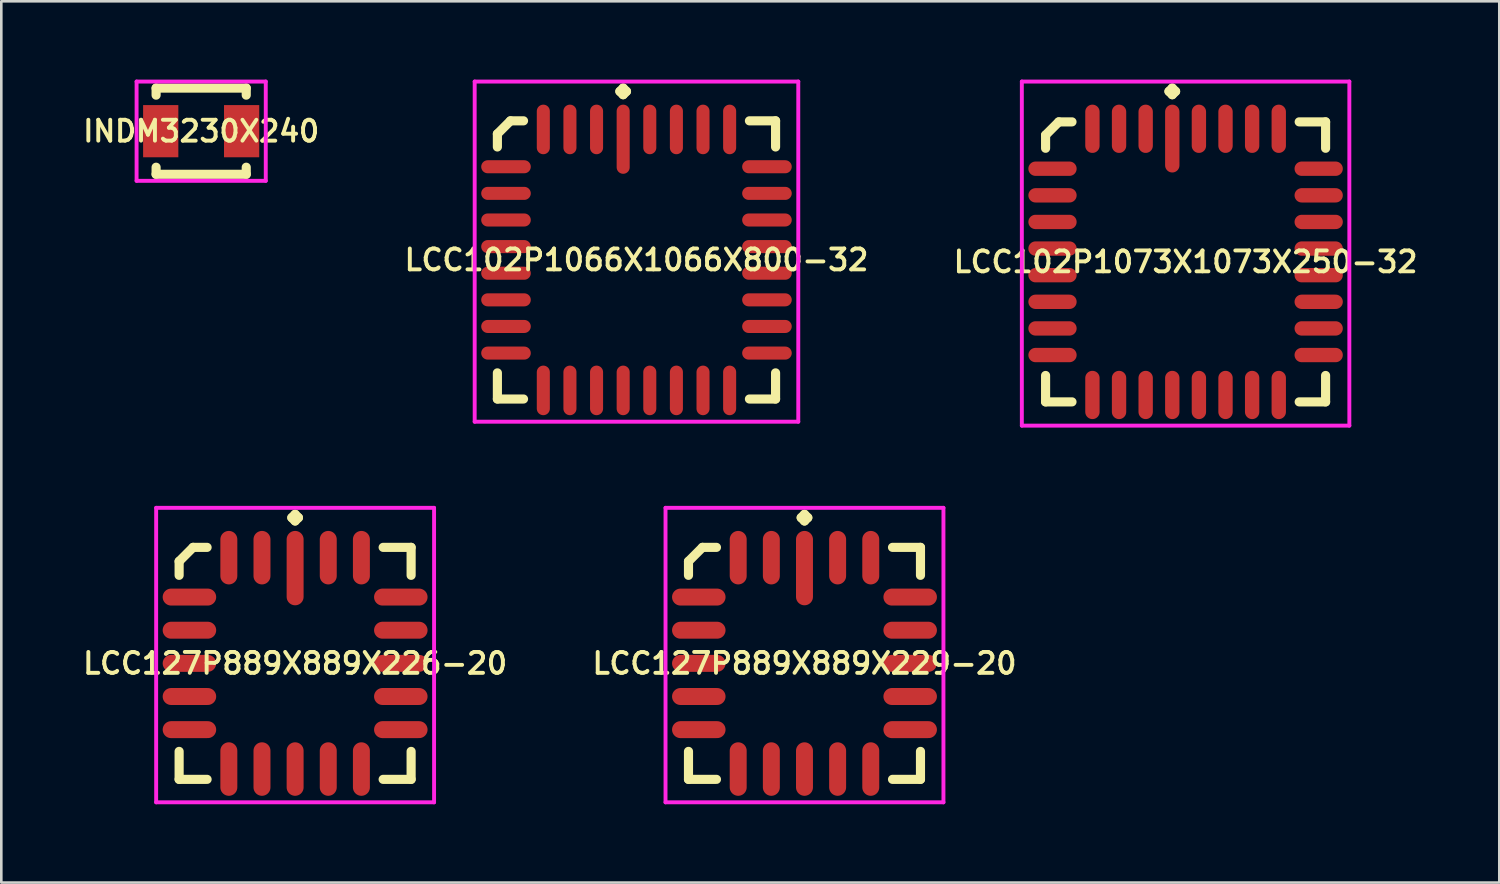
<source format=kicad_pcb>
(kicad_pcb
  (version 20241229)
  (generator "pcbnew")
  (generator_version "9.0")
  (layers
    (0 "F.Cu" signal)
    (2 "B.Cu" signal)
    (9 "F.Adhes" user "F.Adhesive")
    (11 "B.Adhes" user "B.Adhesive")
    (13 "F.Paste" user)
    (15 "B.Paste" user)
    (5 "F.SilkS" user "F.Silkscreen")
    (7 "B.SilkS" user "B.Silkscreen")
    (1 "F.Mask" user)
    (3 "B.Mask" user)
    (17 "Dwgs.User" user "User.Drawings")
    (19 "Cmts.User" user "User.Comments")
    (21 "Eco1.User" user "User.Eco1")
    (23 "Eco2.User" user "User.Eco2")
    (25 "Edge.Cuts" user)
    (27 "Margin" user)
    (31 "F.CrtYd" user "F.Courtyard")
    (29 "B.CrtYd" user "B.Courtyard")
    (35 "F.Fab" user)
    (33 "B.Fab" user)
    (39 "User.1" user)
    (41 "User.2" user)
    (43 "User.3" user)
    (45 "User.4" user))
  (footprint "LCC102P1066X1066X800-32"
    (layer "F.Cu")
    (at 21.34 6.91)
    (property "Reference" "LCC102P1066X1066X800-32" (at 0 0 0) (layer "F.SilkS") (effects (font (size 0.8 0.8) (thickness 0.15))))
    (attr smd)
    (fp_line (start -5.33 -4.829) (end -4.829 -5.33) (stroke (width 0.35) (type solid)) (layer "F.SilkS"))
    (fp_line (start -5.33 -4.328) (end -5.33 -4.829) (stroke (width 0.35) (type solid)) (layer "F.SilkS"))
    (fp_line (start -5.33 4.328) (end -5.33 5.33) (stroke (width 0.35) (type solid)) (layer "F.SilkS"))
    (fp_line (start -5.33 5.33) (end -4.328 5.33) (stroke (width 0.35) (type solid)) (layer "F.SilkS"))
    (fp_line (start -4.829 -5.33) (end -4.328 -5.33) (stroke (width 0.35) (type solid)) (layer "F.SilkS"))
    (fp_line (start -0.637 -6.458) (end -0.51 -6.585) (stroke (width 0.35) (type solid)) (layer "F.SilkS"))
    (fp_line (start -0.51 -6.585) (end -0.383 -6.458) (stroke (width 0.35) (type solid)) (layer "F.SilkS"))
    (fp_line (start -0.51 -6.331) (end -0.637 -6.458) (stroke (width 0.35) (type solid)) (layer "F.SilkS"))
    (fp_line (start -0.383 -6.458) (end -0.51 -6.331) (stroke (width 0.35) (type solid)) (layer "F.SilkS"))
    (fp_line (start 5.33 -5.33) (end 4.328 -5.33) (stroke (width 0.35) (type solid)) (layer "F.SilkS"))
    (fp_line (start 5.33 -4.328) (end 5.33 -5.33) (stroke (width 0.35) (type solid)) (layer "F.SilkS"))
    (fp_line (start 5.33 4.328) (end 5.33 5.33) (stroke (width 0.35) (type solid)) (layer "F.SilkS"))
    (fp_line (start 5.33 5.33) (end 4.328 5.33) (stroke (width 0.35) (type solid)) (layer "F.SilkS"))
    (fp_line (start -6.2 -6.835) (end 6.2 -6.835) (stroke (width 0.15) (type solid)) (layer "F.CrtYd"))
    (fp_line (start -6.2 6.2) (end -6.2 -6.835) (stroke (width 0.15) (type solid)) (layer "F.CrtYd"))
    (fp_line (start 6.2 -6.835) (end 6.2 6.2) (stroke (width 0.15) (type solid)) (layer "F.CrtYd"))
    (fp_line (start 6.2 6.2) (end -6.2 6.2) (stroke (width 0.15) (type solid)) (layer "F.CrtYd"))
    (pad "1" smd oval (at -0.51 -4.625) (size 0.5 2.65) (layers "F.Cu" "F.Mask" "F.Paste"))
    (pad "2" smd oval (at -1.53 -5) (size 0.5 1.9) (layers "F.Cu" "F.Mask" "F.Paste"))
    (pad "3" smd oval (at -2.55 -5) (size 0.5 1.9) (layers "F.Cu" "F.Mask" "F.Paste"))
    (pad "4" smd oval (at -3.57 -5) (size 0.5 1.9) (layers "F.Cu" "F.Mask" "F.Paste"))
    (pad "5" smd oval (at -5 -3.57) (size 1.9 0.5) (layers "F.Cu" "F.Mask" "F.Paste"))
    (pad "6" smd oval (at -5 -2.55) (size 1.9 0.5) (layers "F.Cu" "F.Mask" "F.Paste"))
    (pad "7" smd oval (at -5 -1.53) (size 1.9 0.5) (layers "F.Cu" "F.Mask" "F.Paste"))
    (pad "8" smd oval (at -5 -0.51) (size 1.9 0.5) (layers "F.Cu" "F.Mask" "F.Paste"))
    (pad "9" smd oval (at -5 0.51) (size 1.9 0.5) (layers "F.Cu" "F.Mask" "F.Paste"))
    (pad "10" smd oval (at -5 1.53) (size 1.9 0.5) (layers "F.Cu" "F.Mask" "F.Paste"))
    (pad "11" smd oval (at -5 2.55) (size 1.9 0.5) (layers "F.Cu" "F.Mask" "F.Paste"))
    (pad "12" smd oval (at -5 3.57) (size 1.9 0.5) (layers "F.Cu" "F.Mask" "F.Paste"))
    (pad "13" smd oval (at -3.57 5) (size 0.5 1.9) (layers "F.Cu" "F.Mask" "F.Paste"))
    (pad "14" smd oval (at -2.55 5) (size 0.5 1.9) (layers "F.Cu" "F.Mask" "F.Paste"))
    (pad "15" smd oval (at -1.53 5) (size 0.5 1.9) (layers "F.Cu" "F.Mask" "F.Paste"))
    (pad "16" smd oval (at -0.51 5) (size 0.5 1.9) (layers "F.Cu" "F.Mask" "F.Paste"))
    (pad "17" smd oval (at 0.51 5) (size 0.5 1.9) (layers "F.Cu" "F.Mask" "F.Paste"))
    (pad "18" smd oval (at 1.53 5) (size 0.5 1.9) (layers "F.Cu" "F.Mask" "F.Paste"))
    (pad "19" smd oval (at 2.55 5) (size 0.5 1.9) (layers "F.Cu" "F.Mask" "F.Paste"))
    (pad "20" smd oval (at 3.57 5) (size 0.5 1.9) (layers "F.Cu" "F.Mask" "F.Paste"))
    (pad "21" smd oval (at 5 3.57) (size 1.9 0.5) (layers "F.Cu" "F.Mask" "F.Paste"))
    (pad "22" smd oval (at 5 2.55) (size 1.9 0.5) (layers "F.Cu" "F.Mask" "F.Paste"))
    (pad "23" smd oval (at 5 1.53) (size 1.9 0.5) (layers "F.Cu" "F.Mask" "F.Paste"))
    (pad "24" smd oval (at 5 0.51) (size 1.9 0.5) (layers "F.Cu" "F.Mask" "F.Paste"))
    (pad "25" smd oval (at 5 -0.51) (size 1.9 0.5) (layers "F.Cu" "F.Mask" "F.Paste"))
    (pad "26" smd oval (at 5 -1.53) (size 1.9 0.5) (layers "F.Cu" "F.Mask" "F.Paste"))
    (pad "27" smd oval (at 5 -2.55) (size 1.9 0.5) (layers "F.Cu" "F.Mask" "F.Paste"))
    (pad "28" smd oval (at 5 -3.57) (size 1.9 0.5) (layers "F.Cu" "F.Mask" "F.Paste"))
    (pad "29" smd oval (at 3.57 -5) (size 0.5 1.9) (layers "F.Cu" "F.Mask" "F.Paste"))
    (pad "30" smd oval (at 2.55 -5) (size 0.5 1.9) (layers "F.Cu" "F.Mask" "F.Paste"))
    (pad "31" smd oval (at 1.53 -5) (size 0.5 1.9) (layers "F.Cu" "F.Mask" "F.Paste"))
    (pad "32" smd oval (at 0.51 -5) (size 0.5 1.9) (layers "F.Cu" "F.Mask" "F.Paste")))
  (footprint "LCC127P889X889X229-20"
    (layer "F.Cu")
    (at 27.778 22.37)
    (property "Reference" "LCC127P889X889X229-20" (at 0 0 0) (layer "F.SilkS") (effects (font (size 0.8 0.8) (thickness 0.15))))
    (attr smd)
    (fp_line (start -4.445 -3.909) (end -3.909 -4.445) (stroke (width 0.35) (type solid)) (layer "F.SilkS"))
    (fp_line (start -4.445 -3.373) (end -4.445 -3.909) (stroke (width 0.35) (type solid)) (layer "F.SilkS"))
    (fp_line (start -4.445 3.373) (end -4.445 4.445) (stroke (width 0.35) (type solid)) (layer "F.SilkS"))
    (fp_line (start -4.445 4.445) (end -3.373 4.445) (stroke (width 0.35) (type solid)) (layer "F.SilkS"))
    (fp_line (start -3.909 -4.445) (end -3.373 -4.445) (stroke (width 0.35) (type solid)) (layer "F.SilkS"))
    (fp_line (start -0.127 -5.583) (end 0 -5.71) (stroke (width 0.35) (type solid)) (layer "F.SilkS"))
    (fp_line (start 0 -5.71) (end 0.127 -5.583) (stroke (width 0.35) (type solid)) (layer "F.SilkS"))
    (fp_line (start 0 -5.456) (end -0.127 -5.583) (stroke (width 0.35) (type solid)) (layer "F.SilkS"))
    (fp_line (start 0.127 -5.583) (end 0 -5.456) (stroke (width 0.35) (type solid)) (layer "F.SilkS"))
    (fp_line (start 4.445 -4.445) (end 3.373 -4.445) (stroke (width 0.35) (type solid)) (layer "F.SilkS"))
    (fp_line (start 4.445 -3.373) (end 4.445 -4.445) (stroke (width 0.35) (type solid)) (layer "F.SilkS"))
    (fp_line (start 4.445 3.373) (end 4.445 4.445) (stroke (width 0.35) (type solid)) (layer "F.SilkS"))
    (fp_line (start 4.445 4.445) (end 3.373 4.445) (stroke (width 0.35) (type solid)) (layer "F.SilkS"))
    (fp_line (start -5.325 -5.96) (end 5.325 -5.96) (stroke (width 0.15) (type solid)) (layer "F.CrtYd"))
    (fp_line (start -5.325 5.325) (end -5.325 -5.96) (stroke (width 0.15) (type solid)) (layer "F.CrtYd"))
    (fp_line (start 5.325 -5.96) (end 5.325 5.325) (stroke (width 0.15) (type solid)) (layer "F.CrtYd"))
    (fp_line (start 5.325 5.325) (end -5.325 5.325) (stroke (width 0.15) (type solid)) (layer "F.CrtYd"))
    (pad "1" smd oval (at 0 -3.65) (size 0.65 2.85) (layers "F.Cu" "F.Mask" "F.Paste"))
    (pad "2" smd oval (at -1.27 -4.05) (size 0.65 2.05) (layers "F.Cu" "F.Mask" "F.Paste"))
    (pad "3" smd oval (at -2.54 -4.05) (size 0.65 2.05) (layers "F.Cu" "F.Mask" "F.Paste"))
    (pad "4" smd oval (at -4.05 -2.54) (size 2.05 0.65) (layers "F.Cu" "F.Mask" "F.Paste"))
    (pad "5" smd oval (at -4.05 -1.27) (size 2.05 0.65) (layers "F.Cu" "F.Mask" "F.Paste"))
    (pad "6" smd oval (at -4.05 0) (size 2.05 0.65) (layers "F.Cu" "F.Mask" "F.Paste"))
    (pad "7" smd oval (at -4.05 1.27) (size 2.05 0.65) (layers "F.Cu" "F.Mask" "F.Paste"))
    (pad "8" smd oval (at -4.05 2.54) (size 2.05 0.65) (layers "F.Cu" "F.Mask" "F.Paste"))
    (pad "9" smd oval (at -2.54 4.05) (size 0.65 2.05) (layers "F.Cu" "F.Mask" "F.Paste"))
    (pad "10" smd oval (at -1.27 4.05) (size 0.65 2.05) (layers "F.Cu" "F.Mask" "F.Paste"))
    (pad "11" smd oval (at 0 4.05) (size 0.65 2.05) (layers "F.Cu" "F.Mask" "F.Paste"))
    (pad "12" smd oval (at 1.27 4.05) (size 0.65 2.05) (layers "F.Cu" "F.Mask" "F.Paste"))
    (pad "13" smd oval (at 2.54 4.05) (size 0.65 2.05) (layers "F.Cu" "F.Mask" "F.Paste"))
    (pad "14" smd oval (at 4.05 2.54) (size 2.05 0.65) (layers "F.Cu" "F.Mask" "F.Paste"))
    (pad "15" smd oval (at 4.05 1.27) (size 2.05 0.65) (layers "F.Cu" "F.Mask" "F.Paste"))
    (pad "16" smd oval (at 4.05 0) (size 2.05 0.65) (layers "F.Cu" "F.Mask" "F.Paste"))
    (pad "17" smd oval (at 4.05 -1.27) (size 2.05 0.65) (layers "F.Cu" "F.Mask" "F.Paste"))
    (pad "18" smd oval (at 4.05 -2.54) (size 2.05 0.65) (layers "F.Cu" "F.Mask" "F.Paste"))
    (pad "19" smd oval (at 2.54 -4.05) (size 0.65 2.05) (layers "F.Cu" "F.Mask" "F.Paste"))
    (pad "20" smd oval (at 1.27 -4.05) (size 0.65 2.05) (layers "F.Cu" "F.Mask" "F.Paste")))
  (footprint "INDM3230X240"
    (layer "F.Cu")
    (at 4.659 1.977)
    (property "Reference" "INDM3230X240" (at 0 0 0) (layer "F.SilkS") (effects (font (size 0.8 0.8) (thickness 0.15))))
    (attr smd)
    (fp_line (start -1.727 -1.652) (end 1.727 -1.652) (stroke (width 0.35) (type solid)) (layer "F.SilkS"))
    (fp_line (start -1.727 -1.381) (end -1.727 -1.652) (stroke (width 0.35) (type solid)) (layer "F.SilkS"))
    (fp_line (start -1.727 1.381) (end -1.727 1.652) (stroke (width 0.35) (type solid)) (layer "F.SilkS"))
    (fp_line (start -1.727 1.652) (end 1.727 1.652) (stroke (width 0.35) (type solid)) (layer "F.SilkS"))
    (fp_line (start 1.727 -1.652) (end 1.727 -1.381) (stroke (width 0.35) (type solid)) (layer "F.SilkS"))
    (fp_line (start 1.727 1.652) (end 1.727 1.381) (stroke (width 0.35) (type solid)) (layer "F.SilkS"))
    (fp_line (start -2.475 -1.902) (end 2.475 -1.902) (stroke (width 0.15) (type solid)) (layer "F.CrtYd"))
    (fp_line (start -2.475 1.902) (end -2.475 -1.902) (stroke (width 0.15) (type solid)) (layer "F.CrtYd"))
    (fp_line (start 2.475 -1.902) (end 2.475 1.902) (stroke (width 0.15) (type solid)) (layer "F.CrtYd"))
    (fp_line (start 2.475 1.902) (end -2.475 1.902) (stroke (width 0.15) (type solid)) (layer "F.CrtYd"))
    (pad "1" smd rect (at -1.55 0) (size 1.35 2) (layers "F.Cu" "F.Mask" "F.Paste"))
    (pad "2" smd rect (at 1.55 0) (size 1.35 2) (layers "F.Cu" "F.Mask" "F.Paste")))
  (footprint "LCC127P889X889X226-20"
    (layer "F.Cu")
    (at 8.259 22.37)
    (property "Reference" "LCC127P889X889X226-20" (at 0 0 0) (layer "F.SilkS") (effects (font (size 0.8 0.8) (thickness 0.15))))
    (attr smd)
    (fp_line (start -4.445 -3.909) (end -3.909 -4.445) (stroke (width 0.35) (type solid)) (layer "F.SilkS"))
    (fp_line (start -4.445 -3.373) (end -4.445 -3.909) (stroke (width 0.35) (type solid)) (layer "F.SilkS"))
    (fp_line (start -4.445 3.373) (end -4.445 4.445) (stroke (width 0.35) (type solid)) (layer "F.SilkS"))
    (fp_line (start -4.445 4.445) (end -3.373 4.445) (stroke (width 0.35) (type solid)) (layer "F.SilkS"))
    (fp_line (start -3.909 -4.445) (end -3.373 -4.445) (stroke (width 0.35) (type solid)) (layer "F.SilkS"))
    (fp_line (start -0.127 -5.583) (end 0 -5.71) (stroke (width 0.35) (type solid)) (layer "F.SilkS"))
    (fp_line (start 0 -5.71) (end 0.127 -5.583) (stroke (width 0.35) (type solid)) (layer "F.SilkS"))
    (fp_line (start 0 -5.456) (end -0.127 -5.583) (stroke (width 0.35) (type solid)) (layer "F.SilkS"))
    (fp_line (start 0.127 -5.583) (end 0 -5.456) (stroke (width 0.35) (type solid)) (layer "F.SilkS"))
    (fp_line (start 4.445 -4.445) (end 3.373 -4.445) (stroke (width 0.35) (type solid)) (layer "F.SilkS"))
    (fp_line (start 4.445 -3.373) (end 4.445 -4.445) (stroke (width 0.35) (type solid)) (layer "F.SilkS"))
    (fp_line (start 4.445 3.373) (end 4.445 4.445) (stroke (width 0.35) (type solid)) (layer "F.SilkS"))
    (fp_line (start 4.445 4.445) (end 3.373 4.445) (stroke (width 0.35) (type solid)) (layer "F.SilkS"))
    (fp_line (start -5.325 -5.96) (end 5.325 -5.96) (stroke (width 0.15) (type solid)) (layer "F.CrtYd"))
    (fp_line (start -5.325 5.325) (end -5.325 -5.96) (stroke (width 0.15) (type solid)) (layer "F.CrtYd"))
    (fp_line (start 5.325 -5.96) (end 5.325 5.325) (stroke (width 0.15) (type solid)) (layer "F.CrtYd"))
    (fp_line (start 5.325 5.325) (end -5.325 5.325) (stroke (width 0.15) (type solid)) (layer "F.CrtYd"))
    (pad "1" smd oval (at 0 -3.65) (size 0.65 2.85) (layers "F.Cu" "F.Mask" "F.Paste"))
    (pad "2" smd oval (at -1.27 -4.05) (size 0.65 2.05) (layers "F.Cu" "F.Mask" "F.Paste"))
    (pad "3" smd oval (at -2.54 -4.05) (size 0.65 2.05) (layers "F.Cu" "F.Mask" "F.Paste"))
    (pad "4" smd oval (at -4.05 -2.54) (size 2.05 0.65) (layers "F.Cu" "F.Mask" "F.Paste"))
    (pad "5" smd oval (at -4.05 -1.27) (size 2.05 0.65) (layers "F.Cu" "F.Mask" "F.Paste"))
    (pad "6" smd oval (at -4.05 0) (size 2.05 0.65) (layers "F.Cu" "F.Mask" "F.Paste"))
    (pad "7" smd oval (at -4.05 1.27) (size 2.05 0.65) (layers "F.Cu" "F.Mask" "F.Paste"))
    (pad "8" smd oval (at -4.05 2.54) (size 2.05 0.65) (layers "F.Cu" "F.Mask" "F.Paste"))
    (pad "9" smd oval (at -2.54 4.05) (size 0.65 2.05) (layers "F.Cu" "F.Mask" "F.Paste"))
    (pad "10" smd oval (at -1.27 4.05) (size 0.65 2.05) (layers "F.Cu" "F.Mask" "F.Paste"))
    (pad "11" smd oval (at 0 4.05) (size 0.65 2.05) (layers "F.Cu" "F.Mask" "F.Paste"))
    (pad "12" smd oval (at 1.27 4.05) (size 0.65 2.05) (layers "F.Cu" "F.Mask" "F.Paste"))
    (pad "13" smd oval (at 2.54 4.05) (size 0.65 2.05) (layers "F.Cu" "F.Mask" "F.Paste"))
    (pad "14" smd oval (at 4.05 2.54) (size 2.05 0.65) (layers "F.Cu" "F.Mask" "F.Paste"))
    (pad "15" smd oval (at 4.05 1.27) (size 2.05 0.65) (layers "F.Cu" "F.Mask" "F.Paste"))
    (pad "16" smd oval (at 4.05 0) (size 2.05 0.65) (layers "F.Cu" "F.Mask" "F.Paste"))
    (pad "17" smd oval (at 4.05 -1.27) (size 2.05 0.65) (layers "F.Cu" "F.Mask" "F.Paste"))
    (pad "18" smd oval (at 4.05 -2.54) (size 2.05 0.65) (layers "F.Cu" "F.Mask" "F.Paste"))
    (pad "19" smd oval (at 2.54 -4.05) (size 0.65 2.05) (layers "F.Cu" "F.Mask" "F.Paste"))
    (pad "20" smd oval (at 1.27 -4.05) (size 0.65 2.05) (layers "F.Cu" "F.Mask" "F.Paste")))
  (footprint "LCC102P1073X1073X250-32"
    (layer "F.Cu")
    (at 42.382 6.985)
    (property "Reference" "LCC102P1073X1073X250-32" (at 0 0 0) (layer "F.SilkS") (effects (font (size 0.8 0.8) (thickness 0.15))))
    (attr through_hole)
    (fp_line (start -5.365 -4.859) (end -4.859 -5.365) (stroke (width 0.35) (type solid)) (layer "F.SilkS"))
    (fp_line (start -5.365 -4.353) (end -5.365 -4.859) (stroke (width 0.35) (type solid)) (layer "F.SilkS"))
    (fp_line (start -5.365 4.353) (end -5.365 5.365) (stroke (width 0.35) (type solid)) (layer "F.SilkS"))
    (fp_line (start -5.365 5.365) (end -4.353 5.365) (stroke (width 0.35) (type solid)) (layer "F.SilkS"))
    (fp_line (start -4.859 -5.365) (end -4.353 -5.365) (stroke (width 0.35) (type solid)) (layer "F.SilkS"))
    (fp_line (start -0.637 -6.533) (end -0.51 -6.66) (stroke (width 0.35) (type solid)) (layer "F.SilkS"))
    (fp_line (start -0.51 -6.66) (end -0.383 -6.533) (stroke (width 0.35) (type solid)) (layer "F.SilkS"))
    (fp_line (start -0.51 -6.406) (end -0.637 -6.533) (stroke (width 0.35) (type solid)) (layer "F.SilkS"))
    (fp_line (start -0.383 -6.533) (end -0.51 -6.406) (stroke (width 0.35) (type solid)) (layer "F.SilkS"))
    (fp_line (start 5.365 -5.365) (end 4.353 -5.365) (stroke (width 0.35) (type solid)) (layer "F.SilkS"))
    (fp_line (start 5.365 -4.353) (end 5.365 -5.365) (stroke (width 0.35) (type solid)) (layer "F.SilkS"))
    (fp_line (start 5.365 4.353) (end 5.365 5.365) (stroke (width 0.35) (type solid)) (layer "F.SilkS"))
    (fp_line (start 5.365 5.365) (end 4.353 5.365) (stroke (width 0.35) (type solid)) (layer "F.SilkS"))
    (fp_line (start -6.275 -6.91) (end 6.275 -6.91) (stroke (width 0.15) (type solid)) (layer "F.CrtYd"))
    (fp_line (start -6.275 6.275) (end -6.275 -6.91) (stroke (width 0.15) (type solid)) (layer "F.CrtYd"))
    (fp_line (start 6.275 -6.91) (end 6.275 6.275) (stroke (width 0.15) (type solid)) (layer "F.CrtYd"))
    (fp_line (start 6.275 6.275) (end -6.275 6.275) (stroke (width 0.15) (type solid)) (layer "F.CrtYd"))
    (pad "1" smd oval (at -0.51 -4.725) (size 0.55 2.6) (layers "F.Cu" "F.Mask" "F.Paste"))
    (pad "2" smd oval (at -1.53 -5.1) (size 0.55 1.85) (layers "F.Cu" "F.Mask" "F.Paste"))
    (pad "3" smd oval (at -2.55 -5.1) (size 0.55 1.85) (layers "F.Cu" "F.Mask" "F.Paste"))
    (pad "4" smd oval (at -3.57 -5.1) (size 0.55 1.85) (layers "F.Cu" "F.Mask" "F.Paste"))
    (pad "5" smd oval (at -5.1 -3.57) (size 1.85 0.55) (layers "F.Cu" "F.Mask" "F.Paste"))
    (pad "6" smd oval (at -5.1 -2.55) (size 1.85 0.55) (layers "F.Cu" "F.Mask" "F.Paste"))
    (pad "7" smd oval (at -5.1 -1.53) (size 1.85 0.55) (layers "F.Cu" "F.Mask" "F.Paste"))
    (pad "8" smd oval (at -5.1 -0.51) (size 1.85 0.55) (layers "F.Cu" "F.Mask" "F.Paste"))
    (pad "9" smd oval (at -5.1 0.51) (size 1.85 0.55) (layers "F.Cu" "F.Mask" "F.Paste"))
    (pad "10" smd oval (at -5.1 1.53) (size 1.85 0.55) (layers "F.Cu" "F.Mask" "F.Paste"))
    (pad "11" smd oval (at -5.1 2.55) (size 1.85 0.55) (layers "F.Cu" "F.Mask" "F.Paste"))
    (pad "12" smd oval (at -5.1 3.57) (size 1.85 0.55) (layers "F.Cu" "F.Mask" "F.Paste"))
    (pad "13" smd oval (at -3.57 5.1) (size 0.55 1.85) (layers "F.Cu" "F.Mask" "F.Paste"))
    (pad "14" smd oval (at -2.55 5.1) (size 0.55 1.85) (layers "F.Cu" "F.Mask" "F.Paste"))
    (pad "15" smd oval (at -1.53 5.1) (size 0.55 1.85) (layers "F.Cu" "F.Mask" "F.Paste"))
    (pad "16" smd oval (at -0.51 5.1) (size 0.55 1.85) (layers "F.Cu" "F.Mask" "F.Paste"))
    (pad "17" smd oval (at 0.51 5.1) (size 0.55 1.85) (layers "F.Cu" "F.Mask" "F.Paste"))
    (pad "18" smd oval (at 1.53 5.1) (size 0.55 1.85) (layers "F.Cu" "F.Mask" "F.Paste"))
    (pad "19" smd oval (at 2.55 5.1) (size 0.55 1.85) (layers "F.Cu" "F.Mask" "F.Paste"))
    (pad "20" smd oval (at 3.57 5.1) (size 0.55 1.85) (layers "F.Cu" "F.Mask" "F.Paste"))
    (pad "21" smd oval (at 5.1 3.57) (size 1.85 0.55) (layers "F.Cu" "F.Mask" "F.Paste"))
    (pad "22" smd oval (at 5.1 2.55) (size 1.85 0.55) (layers "F.Cu" "F.Mask" "F.Paste"))
    (pad "23" smd oval (at 5.1 1.53) (size 1.85 0.55) (layers "F.Cu" "F.Mask" "F.Paste"))
    (pad "24" smd oval (at 5.1 0.51) (size 1.85 0.55) (layers "F.Cu" "F.Mask" "F.Paste"))
    (pad "25" smd oval (at 5.1 -0.51) (size 1.85 0.55) (layers "F.Cu" "F.Mask" "F.Paste"))
    (pad "26" smd oval (at 5.1 -1.53) (size 1.85 0.55) (layers "F.Cu" "F.Mask" "F.Paste"))
    (pad "27" smd oval (at 5.1 -2.55) (size 1.85 0.55) (layers "F.Cu" "F.Mask" "F.Paste"))
    (pad "28" smd oval (at 5.1 -3.57) (size 1.85 0.55) (layers "F.Cu" "F.Mask" "F.Paste"))
    (pad "29" smd oval (at 3.57 -5.1) (size 0.55 1.85) (layers "F.Cu" "F.Mask" "F.Paste"))
    (pad "30" smd oval (at 2.55 -5.1) (size 0.55 1.85) (layers "F.Cu" "F.Mask" "F.Paste"))
    (pad "31" smd oval (at 1.53 -5.1) (size 0.55 1.85) (layers "F.Cu" "F.Mask" "F.Paste"))
    (pad "32" smd oval (at 0.51 -5.1) (size 0.55 1.85) (layers "F.Cu" "F.Mask" "F.Paste")))
  (gr_rect
    (start -3 -3)
    (end 54.403 30.77)
    (stroke (width 0.1) (type default))
    (fill no)
    (layer "Edge.Cuts")))
</source>
